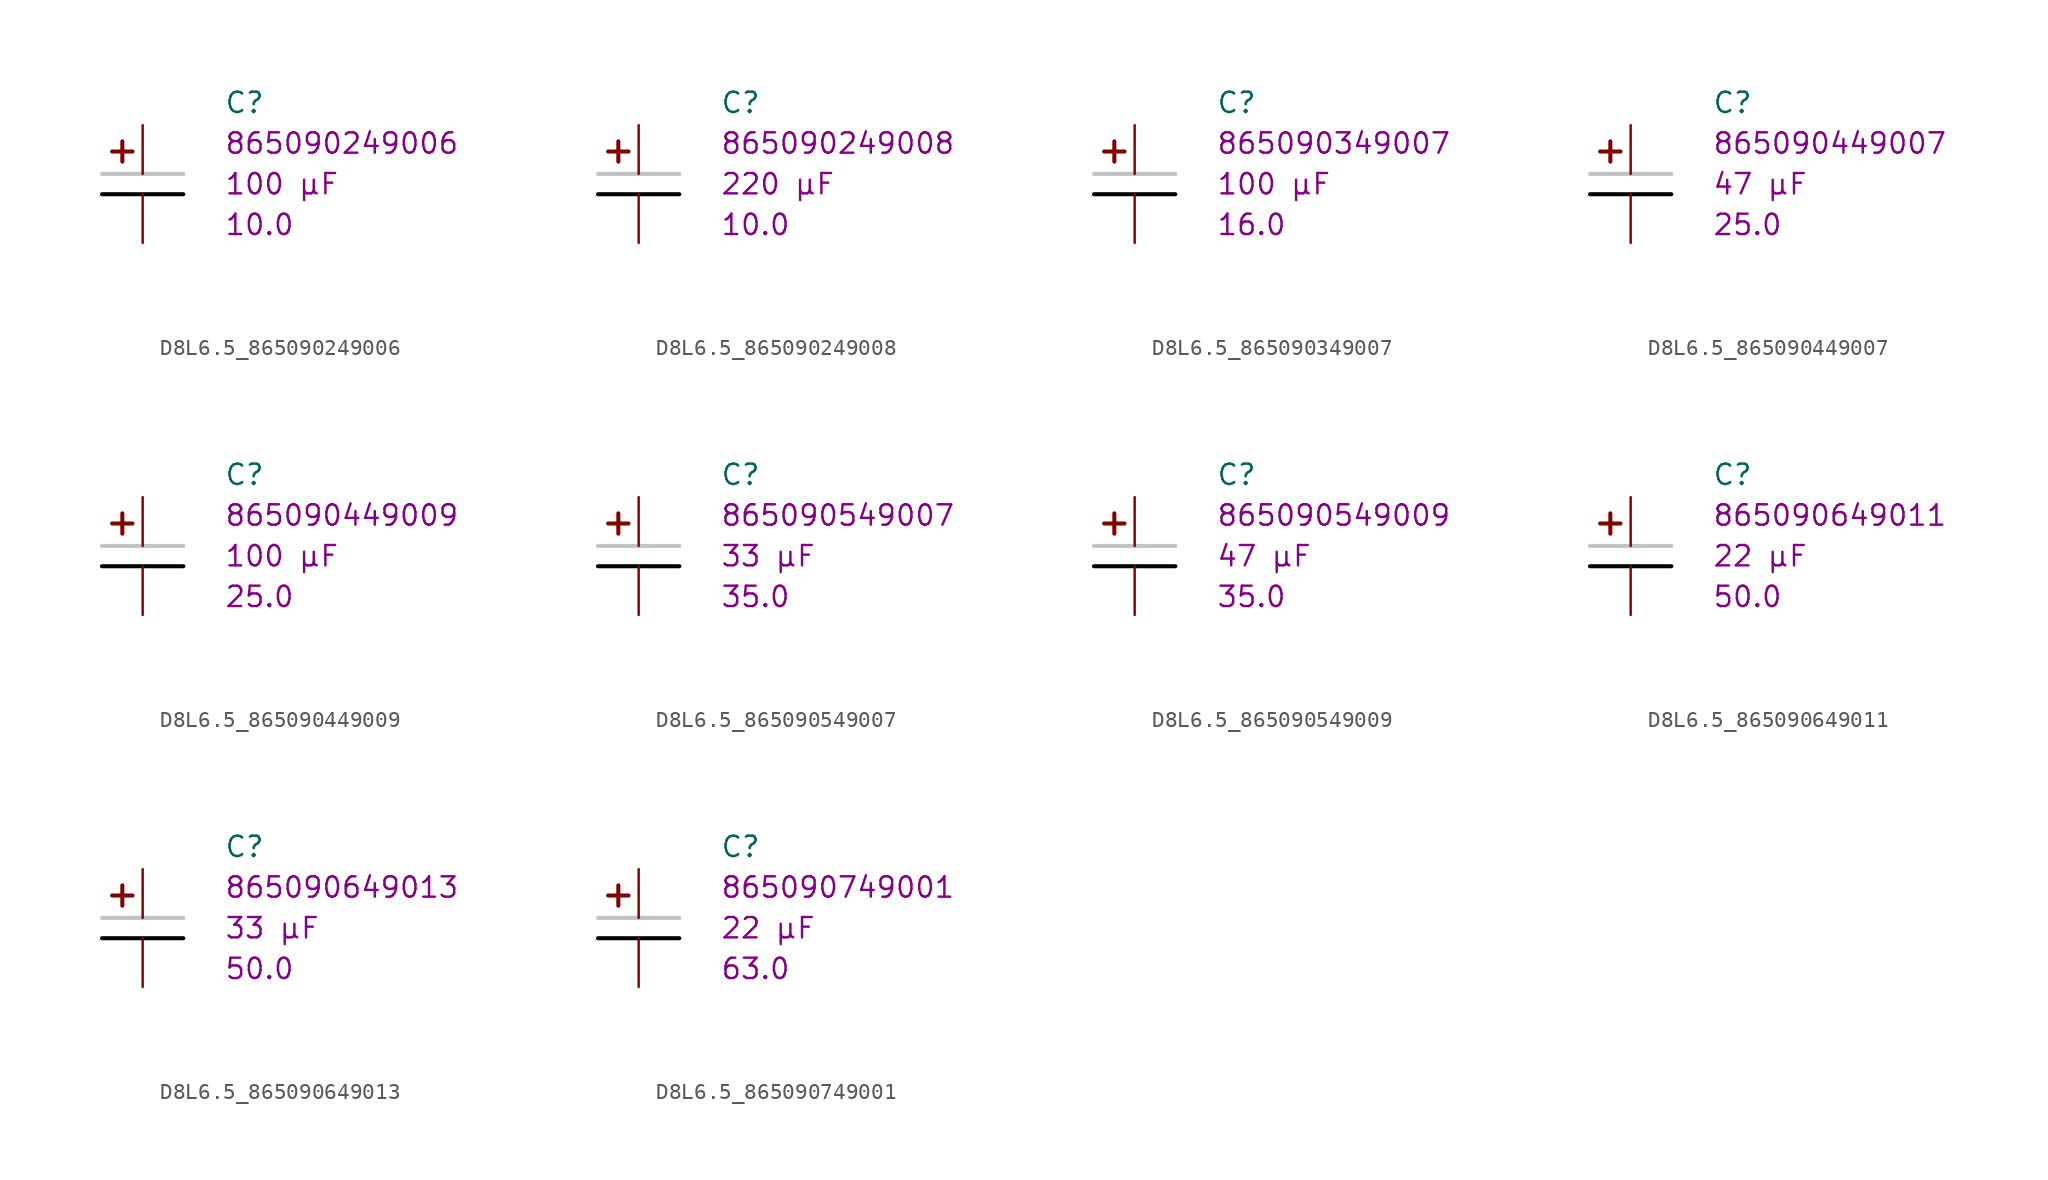
<source format=kicad_sym>
(kicad_symbol_lib
  (version 20220914)
  (generator kicad_symbol_editor)
  (symbol "D8L6.5_865090249006"
    (pin_numbers hide)
    (pin_names hide)
    (property "Reference" "C"
      (at 5.08 5.08 0)
      (effects (font (size 1.27 1.27)) (justify left)))
    (property "Part Number" "865090249006"
      (at 5.08 2.54 0)
      (effects (font (size 1.27 1.27)) (justify left)))
    (property "Capacitance" "100 µF"
      (at 5.08 0 0)
      (effects (font (size 1.27 1.27)) (justify left)))
    (property "Voltage" "10.0"
      (at 5.08 -2.54 0)
      (effects (font (size 1.27 1.27)) (justify left)))
    (property "Critical Parameter" ""
      (at 0 -7.62 0)
      (effects (font (size 1.27 1.27))))
    (symbol "D8L6.5_865090249006_1_1"
      (polyline (pts (xy -1.27 2.667) (xy -1.27 1.397)) (stroke (width 0.254) (type default)) (fill (type none)))
      (polyline (pts (xy -0.635 2.032) (xy -1.905 2.032)) (stroke (width 0.254) (type default)) (fill (type none)))
      (polyline (pts (xy 2.54 -0.635) (xy -2.54 -0.635)) (stroke (width 0.254) (type default) (color 0 0 0 1)) (fill (type none)))
      (polyline (pts (xy 2.54 0.635) (xy -2.54 0.635)) (stroke (width 0.254) (type default) (color 194 194 194 1)) (fill (type none)))
      (pin passive line (at 0 3.679 270) (length 3.044) (name "1" (effects (font (size 1.27 1.27)))) (number "1" (effects (font (size 1.27 1.27)))))
      (pin passive line (at 0 -3.679 90) (length 3.044) (name "2" (effects (font (size 1.27 1.27)))) (number "2" (effects (font (size 1.27 1.27)))))))
  (symbol "D8L6.5_865090249008"
    (pin_numbers hide)
    (pin_names hide)
    (property "Reference" "C"
      (at 5.08 5.08 0)
      (effects (font (size 1.27 1.27)) (justify left)))
    (property "Part Number" "865090249008"
      (at 5.08 2.54 0)
      (effects (font (size 1.27 1.27)) (justify left)))
    (property "Capacitance" "220 µF"
      (at 5.08 0 0)
      (effects (font (size 1.27 1.27)) (justify left)))
    (property "Voltage" "10.0"
      (at 5.08 -2.54 0)
      (effects (font (size 1.27 1.27)) (justify left)))
    (property "Critical Parameter" ""
      (at 0 -7.62 0)
      (effects (font (size 1.27 1.27))))
    (symbol "D8L6.5_865090249008_1_1"
      (polyline (pts (xy -1.27 2.667) (xy -1.27 1.397)) (stroke (width 0.254) (type default)) (fill (type none)))
      (polyline (pts (xy -0.635 2.032) (xy -1.905 2.032)) (stroke (width 0.254) (type default)) (fill (type none)))
      (polyline (pts (xy 2.54 -0.635) (xy -2.54 -0.635)) (stroke (width 0.254) (type default) (color 0 0 0 1)) (fill (type none)))
      (polyline (pts (xy 2.54 0.635) (xy -2.54 0.635)) (stroke (width 0.254) (type default) (color 194 194 194 1)) (fill (type none)))
      (pin passive line (at 0 3.679 270) (length 3.044) (name "1" (effects (font (size 1.27 1.27)))) (number "1" (effects (font (size 1.27 1.27)))))
      (pin passive line (at 0 -3.679 90) (length 3.044) (name "2" (effects (font (size 1.27 1.27)))) (number "2" (effects (font (size 1.27 1.27)))))))
  (symbol "D8L6.5_865090349007"
    (pin_numbers hide)
    (pin_names hide)
    (property "Reference" "C"
      (at 5.08 5.08 0)
      (effects (font (size 1.27 1.27)) (justify left)))
    (property "Part Number" "865090349007"
      (at 5.08 2.54 0)
      (effects (font (size 1.27 1.27)) (justify left)))
    (property "Capacitance" "100 µF"
      (at 5.08 0 0)
      (effects (font (size 1.27 1.27)) (justify left)))
    (property "Voltage" "16.0"
      (at 5.08 -2.54 0)
      (effects (font (size 1.27 1.27)) (justify left)))
    (property "Critical Parameter" ""
      (at 0 -7.62 0)
      (effects (font (size 1.27 1.27))))
    (symbol "D8L6.5_865090349007_1_1"
      (polyline (pts (xy -1.27 2.667) (xy -1.27 1.397)) (stroke (width 0.254) (type default)) (fill (type none)))
      (polyline (pts (xy -0.635 2.032) (xy -1.905 2.032)) (stroke (width 0.254) (type default)) (fill (type none)))
      (polyline (pts (xy 2.54 -0.635) (xy -2.54 -0.635)) (stroke (width 0.254) (type default) (color 0 0 0 1)) (fill (type none)))
      (polyline (pts (xy 2.54 0.635) (xy -2.54 0.635)) (stroke (width 0.254) (type default) (color 194 194 194 1)) (fill (type none)))
      (pin passive line (at 0 3.679 270) (length 3.044) (name "1" (effects (font (size 1.27 1.27)))) (number "1" (effects (font (size 1.27 1.27)))))
      (pin passive line (at 0 -3.679 90) (length 3.044) (name "2" (effects (font (size 1.27 1.27)))) (number "2" (effects (font (size 1.27 1.27)))))))
  (symbol "D8L6.5_865090449007"
    (pin_numbers hide)
    (pin_names hide)
    (property "Reference" "C"
      (at 5.08 5.08 0)
      (effects (font (size 1.27 1.27)) (justify left)))
    (property "Part Number" "865090449007"
      (at 5.08 2.54 0)
      (effects (font (size 1.27 1.27)) (justify left)))
    (property "Capacitance" "47 µF"
      (at 5.08 0 0)
      (effects (font (size 1.27 1.27)) (justify left)))
    (property "Voltage" "25.0"
      (at 5.08 -2.54 0)
      (effects (font (size 1.27 1.27)) (justify left)))
    (property "Critical Parameter" ""
      (at 0 -7.62 0)
      (effects (font (size 1.27 1.27))))
    (symbol "D8L6.5_865090449007_1_1"
      (polyline (pts (xy -1.27 2.667) (xy -1.27 1.397)) (stroke (width 0.254) (type default)) (fill (type none)))
      (polyline (pts (xy -0.635 2.032) (xy -1.905 2.032)) (stroke (width 0.254) (type default)) (fill (type none)))
      (polyline (pts (xy 2.54 -0.635) (xy -2.54 -0.635)) (stroke (width 0.254) (type default) (color 0 0 0 1)) (fill (type none)))
      (polyline (pts (xy 2.54 0.635) (xy -2.54 0.635)) (stroke (width 0.254) (type default) (color 194 194 194 1)) (fill (type none)))
      (pin passive line (at 0 3.679 270) (length 3.044) (name "1" (effects (font (size 1.27 1.27)))) (number "1" (effects (font (size 1.27 1.27)))))
      (pin passive line (at 0 -3.679 90) (length 3.044) (name "2" (effects (font (size 1.27 1.27)))) (number "2" (effects (font (size 1.27 1.27)))))))
  (symbol "D8L6.5_865090449009"
    (pin_numbers hide)
    (pin_names hide)
    (property "Reference" "C"
      (at 5.08 5.08 0)
      (effects (font (size 1.27 1.27)) (justify left)))
    (property "Part Number" "865090449009"
      (at 5.08 2.54 0)
      (effects (font (size 1.27 1.27)) (justify left)))
    (property "Capacitance" "100 µF"
      (at 5.08 0 0)
      (effects (font (size 1.27 1.27)) (justify left)))
    (property "Voltage" "25.0"
      (at 5.08 -2.54 0)
      (effects (font (size 1.27 1.27)) (justify left)))
    (property "Critical Parameter" ""
      (at 0 -7.62 0)
      (effects (font (size 1.27 1.27))))
    (symbol "D8L6.5_865090449009_1_1"
      (polyline (pts (xy -1.27 2.667) (xy -1.27 1.397)) (stroke (width 0.254) (type default)) (fill (type none)))
      (polyline (pts (xy -0.635 2.032) (xy -1.905 2.032)) (stroke (width 0.254) (type default)) (fill (type none)))
      (polyline (pts (xy 2.54 -0.635) (xy -2.54 -0.635)) (stroke (width 0.254) (type default) (color 0 0 0 1)) (fill (type none)))
      (polyline (pts (xy 2.54 0.635) (xy -2.54 0.635)) (stroke (width 0.254) (type default) (color 194 194 194 1)) (fill (type none)))
      (pin passive line (at 0 3.679 270) (length 3.044) (name "1" (effects (font (size 1.27 1.27)))) (number "1" (effects (font (size 1.27 1.27)))))
      (pin passive line (at 0 -3.679 90) (length 3.044) (name "2" (effects (font (size 1.27 1.27)))) (number "2" (effects (font (size 1.27 1.27)))))))
  (symbol "D8L6.5_865090549007"
    (pin_numbers hide)
    (pin_names hide)
    (property "Reference" "C"
      (at 5.08 5.08 0)
      (effects (font (size 1.27 1.27)) (justify left)))
    (property "Part Number" "865090549007"
      (at 5.08 2.54 0)
      (effects (font (size 1.27 1.27)) (justify left)))
    (property "Capacitance" "33 µF"
      (at 5.08 0 0)
      (effects (font (size 1.27 1.27)) (justify left)))
    (property "Voltage" "35.0"
      (at 5.08 -2.54 0)
      (effects (font (size 1.27 1.27)) (justify left)))
    (property "Critical Parameter" ""
      (at 0 -7.62 0)
      (effects (font (size 1.27 1.27))))
    (symbol "D8L6.5_865090549007_1_1"
      (polyline (pts (xy -1.27 2.667) (xy -1.27 1.397)) (stroke (width 0.254) (type default)) (fill (type none)))
      (polyline (pts (xy -0.635 2.032) (xy -1.905 2.032)) (stroke (width 0.254) (type default)) (fill (type none)))
      (polyline (pts (xy 2.54 -0.635) (xy -2.54 -0.635)) (stroke (width 0.254) (type default) (color 0 0 0 1)) (fill (type none)))
      (polyline (pts (xy 2.54 0.635) (xy -2.54 0.635)) (stroke (width 0.254) (type default) (color 194 194 194 1)) (fill (type none)))
      (pin passive line (at 0 3.679 270) (length 3.044) (name "1" (effects (font (size 1.27 1.27)))) (number "1" (effects (font (size 1.27 1.27)))))
      (pin passive line (at 0 -3.679 90) (length 3.044) (name "2" (effects (font (size 1.27 1.27)))) (number "2" (effects (font (size 1.27 1.27)))))))
  (symbol "D8L6.5_865090549009"
    (pin_numbers hide)
    (pin_names hide)
    (property "Reference" "C"
      (at 5.08 5.08 0)
      (effects (font (size 1.27 1.27)) (justify left)))
    (property "Part Number" "865090549009"
      (at 5.08 2.54 0)
      (effects (font (size 1.27 1.27)) (justify left)))
    (property "Capacitance" "47 µF"
      (at 5.08 0 0)
      (effects (font (size 1.27 1.27)) (justify left)))
    (property "Voltage" "35.0"
      (at 5.08 -2.54 0)
      (effects (font (size 1.27 1.27)) (justify left)))
    (property "Critical Parameter" ""
      (at 0 -7.62 0)
      (effects (font (size 1.27 1.27))))
    (symbol "D8L6.5_865090549009_1_1"
      (polyline (pts (xy -1.27 2.667) (xy -1.27 1.397)) (stroke (width 0.254) (type default)) (fill (type none)))
      (polyline (pts (xy -0.635 2.032) (xy -1.905 2.032)) (stroke (width 0.254) (type default)) (fill (type none)))
      (polyline (pts (xy 2.54 -0.635) (xy -2.54 -0.635)) (stroke (width 0.254) (type default) (color 0 0 0 1)) (fill (type none)))
      (polyline (pts (xy 2.54 0.635) (xy -2.54 0.635)) (stroke (width 0.254) (type default) (color 194 194 194 1)) (fill (type none)))
      (pin passive line (at 0 3.679 270) (length 3.044) (name "1" (effects (font (size 1.27 1.27)))) (number "1" (effects (font (size 1.27 1.27)))))
      (pin passive line (at 0 -3.679 90) (length 3.044) (name "2" (effects (font (size 1.27 1.27)))) (number "2" (effects (font (size 1.27 1.27)))))))
  (symbol "D8L6.5_865090649011"
    (pin_numbers hide)
    (pin_names hide)
    (property "Reference" "C"
      (at 5.08 5.08 0)
      (effects (font (size 1.27 1.27)) (justify left)))
    (property "Part Number" "865090649011"
      (at 5.08 2.54 0)
      (effects (font (size 1.27 1.27)) (justify left)))
    (property "Capacitance" "22 µF"
      (at 5.08 0 0)
      (effects (font (size 1.27 1.27)) (justify left)))
    (property "Voltage" "50.0"
      (at 5.08 -2.54 0)
      (effects (font (size 1.27 1.27)) (justify left)))
    (property "Critical Parameter" ""
      (at 0 -7.62 0)
      (effects (font (size 1.27 1.27))))
    (symbol "D8L6.5_865090649011_1_1"
      (polyline (pts (xy -1.27 2.667) (xy -1.27 1.397)) (stroke (width 0.254) (type default)) (fill (type none)))
      (polyline (pts (xy -0.635 2.032) (xy -1.905 2.032)) (stroke (width 0.254) (type default)) (fill (type none)))
      (polyline (pts (xy 2.54 -0.635) (xy -2.54 -0.635)) (stroke (width 0.254) (type default) (color 0 0 0 1)) (fill (type none)))
      (polyline (pts (xy 2.54 0.635) (xy -2.54 0.635)) (stroke (width 0.254) (type default) (color 194 194 194 1)) (fill (type none)))
      (pin passive line (at 0 3.679 270) (length 3.044) (name "1" (effects (font (size 1.27 1.27)))) (number "1" (effects (font (size 1.27 1.27)))))
      (pin passive line (at 0 -3.679 90) (length 3.044) (name "2" (effects (font (size 1.27 1.27)))) (number "2" (effects (font (size 1.27 1.27)))))))
  (symbol "D8L6.5_865090649013"
    (pin_numbers hide)
    (pin_names hide)
    (property "Reference" "C"
      (at 5.08 5.08 0)
      (effects (font (size 1.27 1.27)) (justify left)))
    (property "Part Number" "865090649013"
      (at 5.08 2.54 0)
      (effects (font (size 1.27 1.27)) (justify left)))
    (property "Capacitance" "33 µF"
      (at 5.08 0 0)
      (effects (font (size 1.27 1.27)) (justify left)))
    (property "Voltage" "50.0"
      (at 5.08 -2.54 0)
      (effects (font (size 1.27 1.27)) (justify left)))
    (property "Critical Parameter" ""
      (at 0 -7.62 0)
      (effects (font (size 1.27 1.27))))
    (symbol "D8L6.5_865090649013_1_1"
      (polyline (pts (xy -1.27 2.667) (xy -1.27 1.397)) (stroke (width 0.254) (type default)) (fill (type none)))
      (polyline (pts (xy -0.635 2.032) (xy -1.905 2.032)) (stroke (width 0.254) (type default)) (fill (type none)))
      (polyline (pts (xy 2.54 -0.635) (xy -2.54 -0.635)) (stroke (width 0.254) (type default) (color 0 0 0 1)) (fill (type none)))
      (polyline (pts (xy 2.54 0.635) (xy -2.54 0.635)) (stroke (width 0.254) (type default) (color 194 194 194 1)) (fill (type none)))
      (pin passive line (at 0 3.679 270) (length 3.044) (name "1" (effects (font (size 1.27 1.27)))) (number "1" (effects (font (size 1.27 1.27)))))
      (pin passive line (at 0 -3.679 90) (length 3.044) (name "2" (effects (font (size 1.27 1.27)))) (number "2" (effects (font (size 1.27 1.27)))))))
  (symbol "D8L6.5_865090749001"
    (pin_numbers hide)
    (pin_names hide)
    (property "Reference" "C"
      (at 5.08 5.08 0)
      (effects (font (size 1.27 1.27)) (justify left)))
    (property "Part Number" "865090749001"
      (at 5.08 2.54 0)
      (effects (font (size 1.27 1.27)) (justify left)))
    (property "Capacitance" "22 µF"
      (at 5.08 0 0)
      (effects (font (size 1.27 1.27)) (justify left)))
    (property "Voltage" "63.0"
      (at 5.08 -2.54 0)
      (effects (font (size 1.27 1.27)) (justify left)))
    (property "Critical Parameter" ""
      (at 0 -7.62 0)
      (effects (font (size 1.27 1.27))))
    (symbol "D8L6.5_865090749001_1_1"
      (polyline (pts (xy -1.27 2.667) (xy -1.27 1.397)) (stroke (width 0.254) (type default)) (fill (type none)))
      (polyline (pts (xy -0.635 2.032) (xy -1.905 2.032)) (stroke (width 0.254) (type default)) (fill (type none)))
      (polyline (pts (xy 2.54 -0.635) (xy -2.54 -0.635)) (stroke (width 0.254) (type default) (color 0 0 0 1)) (fill (type none)))
      (polyline (pts (xy 2.54 0.635) (xy -2.54 0.635)) (stroke (width 0.254) (type default) (color 194 194 194 1)) (fill (type none)))
      (pin passive line (at 0 3.679 270) (length 3.044) (name "1" (effects (font (size 1.27 1.27)))) (number "1" (effects (font (size 1.27 1.27)))))
      (pin passive line (at 0 -3.679 90) (length 3.044) (name "2" (effects (font (size 1.27 1.27)))) (number "2" (effects (font (size 1.27 1.27))))))))
</source>
